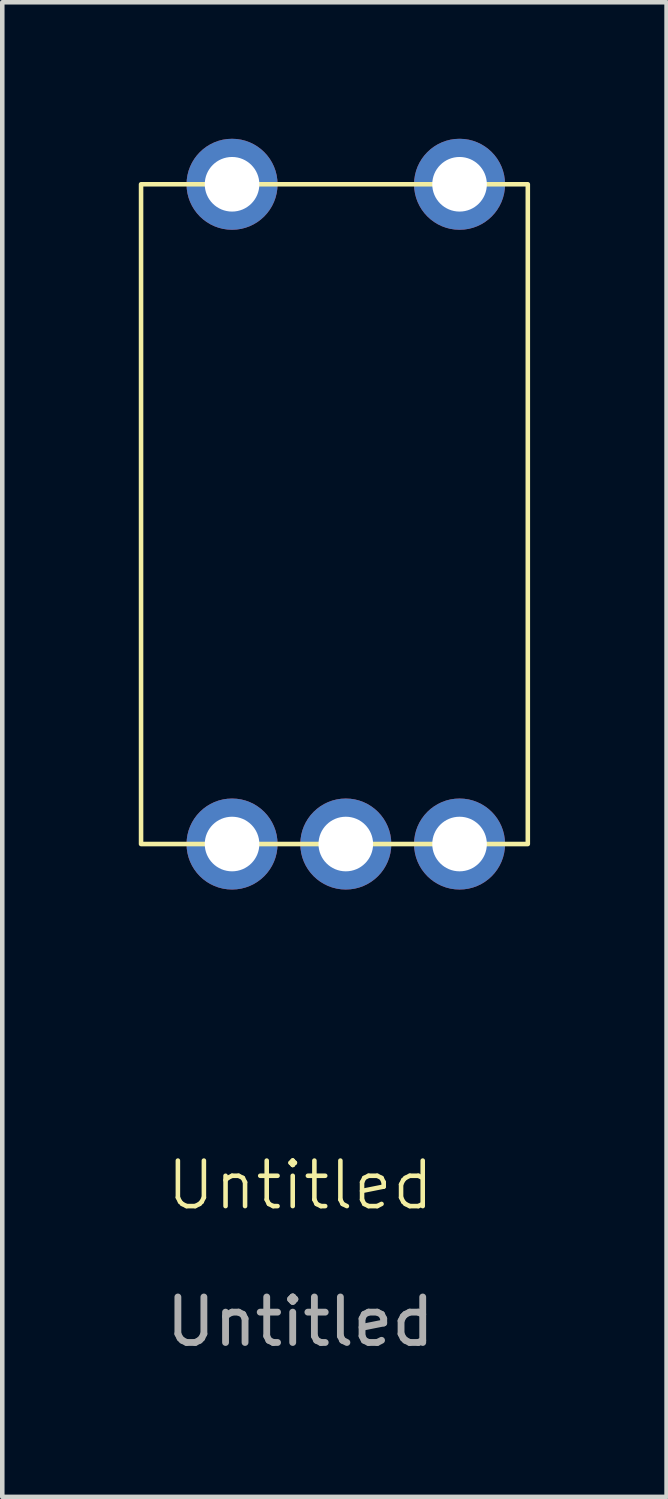
<source format=kicad_pcb>
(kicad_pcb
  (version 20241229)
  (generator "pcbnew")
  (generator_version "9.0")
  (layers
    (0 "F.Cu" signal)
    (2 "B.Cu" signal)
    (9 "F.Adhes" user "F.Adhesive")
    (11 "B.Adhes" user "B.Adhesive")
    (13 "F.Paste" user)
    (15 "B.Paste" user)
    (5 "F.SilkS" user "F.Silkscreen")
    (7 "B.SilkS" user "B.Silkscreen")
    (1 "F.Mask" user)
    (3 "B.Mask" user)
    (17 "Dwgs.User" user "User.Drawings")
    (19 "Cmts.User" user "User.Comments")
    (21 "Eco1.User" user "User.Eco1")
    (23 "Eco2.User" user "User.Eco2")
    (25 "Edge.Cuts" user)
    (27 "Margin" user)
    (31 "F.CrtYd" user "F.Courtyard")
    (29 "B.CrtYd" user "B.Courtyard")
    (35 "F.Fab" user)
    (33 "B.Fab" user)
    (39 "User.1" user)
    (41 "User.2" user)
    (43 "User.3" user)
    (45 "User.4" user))
  (footprint "Untitled"
    (layer "F.Cu")
    (at 3.55 23.5)
    (property "Reference" "Untitled" (at 0 -0.5 0) (unlocked yes) (layer "F.SilkS") (effects (font (size 1 1) (thickness 0.1))))
    (attr smd)
    (fp_rect (start -3.5 -22.5) (end 5 -8) (stroke (width 0.1) (type default)) (fill no) (layer "F.SilkS"))
    (fp_text user "${REFERENCE}" (at 0 2.5 0) (unlocked yes) (layer "F.Fab") (effects (font (size 1 1) (thickness 0.15))))
    (pad "1" thru_hole circle (at -1.5 -8) (size 2 2) (drill 1.2) (layers "*.Cu" "*.Mask"))
    (pad "2" thru_hole circle (at 1 -8) (size 2 2) (drill 1.2) (layers "*.Cu" "*.Mask"))
    (pad "3" thru_hole circle (at 3.5 -8) (size 2 2) (drill 1.2) (layers "*.Cu" "*.Mask"))
    (pad "4" thru_hole circle (at -1.5 -22.5) (size 2 2) (drill 1.2) (layers "*.Cu" "*.Mask"))
    (pad "5" thru_hole circle (at 3.5 -22.5) (size 2 2) (drill 1.2) (layers "*.Cu" "*.Mask")))
  (gr_rect
    (start -3 -3)
    (end 11.6 29.848)
    (stroke (width 0.1) (type default))
    (fill no)
    (layer "Edge.Cuts")))
</source>
